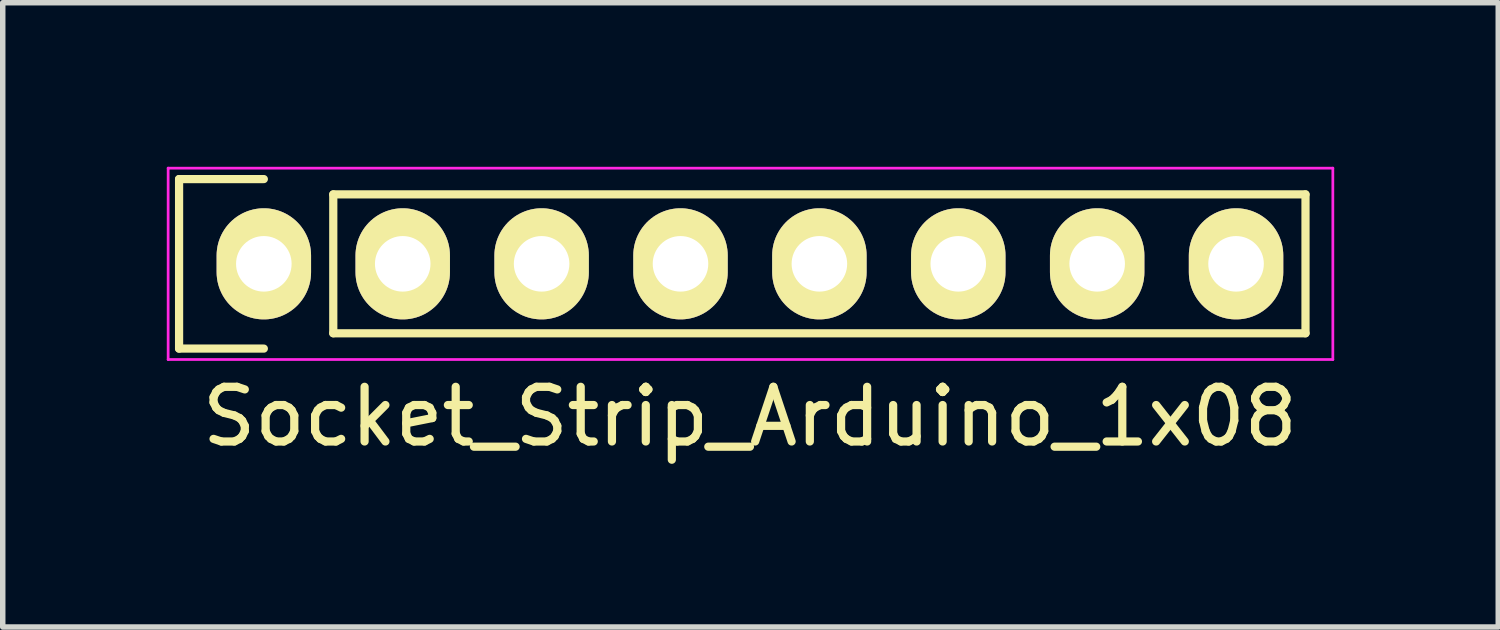
<source format=kicad_pcb>
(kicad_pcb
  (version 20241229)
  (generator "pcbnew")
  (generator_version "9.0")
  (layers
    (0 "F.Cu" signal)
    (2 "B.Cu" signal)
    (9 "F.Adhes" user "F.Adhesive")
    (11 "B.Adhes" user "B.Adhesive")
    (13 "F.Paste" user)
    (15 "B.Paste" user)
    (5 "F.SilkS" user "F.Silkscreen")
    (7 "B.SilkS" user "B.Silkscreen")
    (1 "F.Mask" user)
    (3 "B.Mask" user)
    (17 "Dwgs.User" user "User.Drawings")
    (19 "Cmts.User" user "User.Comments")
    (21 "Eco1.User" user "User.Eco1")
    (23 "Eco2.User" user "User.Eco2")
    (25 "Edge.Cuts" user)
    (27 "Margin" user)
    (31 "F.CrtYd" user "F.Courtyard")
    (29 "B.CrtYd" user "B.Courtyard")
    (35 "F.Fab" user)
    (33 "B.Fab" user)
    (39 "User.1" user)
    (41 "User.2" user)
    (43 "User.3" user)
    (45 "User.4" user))
  (footprint "Socket_Strip_Arduino_1x08"
    (layer "F.Cu")
    (at 1.775 1.775)
    (property "Reference" "Socket_Strip_Arduino_1x08" (at 8.89 2.794 0) (layer "F.SilkS") (effects (font (size 1 1) (thickness 0.15))))
    (attr through_hole)
    (fp_line (start -1.55 -1.55) (end -1.55 1.55) (stroke (width 0.15) (type solid)) (layer "F.SilkS"))
    (fp_line (start -1.55 1.55) (end 0 1.55) (stroke (width 0.15) (type solid)) (layer "F.SilkS"))
    (fp_line (start 0 -1.55) (end -1.55 -1.55) (stroke (width 0.15) (type solid)) (layer "F.SilkS"))
    (fp_line (start 1.27 1.27) (end 1.27 -1.27) (stroke (width 0.15) (type solid)) (layer "F.SilkS"))
    (fp_line (start 1.27 1.27) (end 19.05 1.27) (stroke (width 0.15) (type solid)) (layer "F.SilkS"))
    (fp_line (start 19.05 -1.27) (end 1.27 -1.27) (stroke (width 0.15) (type solid)) (layer "F.SilkS"))
    (fp_line (start 19.05 1.27) (end 19.05 -1.27) (stroke (width 0.15) (type solid)) (layer "F.SilkS"))
    (fp_line (start -1.75 -1.75) (end -1.75 1.75) (stroke (width 0.05) (type solid)) (layer "F.CrtYd"))
    (fp_line (start -1.75 -1.75) (end 19.55 -1.75) (stroke (width 0.05) (type solid)) (layer "F.CrtYd"))
    (fp_line (start -1.75 1.75) (end 19.55 1.75) (stroke (width 0.05) (type solid)) (layer "F.CrtYd"))
    (fp_line (start 19.55 -1.75) (end 19.55 1.75) (stroke (width 0.05) (type solid)) (layer "F.CrtYd"))
    (pad "1" thru_hole oval (at 0 0) (size 1.727 2.032) (drill 1.016) (layers "*.Cu" "*.Mask" "F.SilkS"))
    (pad "2" thru_hole oval (at 2.54 0) (size 1.727 2.032) (drill 1.016) (layers "*.Cu" "*.Mask" "F.SilkS"))
    (pad "3" thru_hole oval (at 5.08 0) (size 1.727 2.032) (drill 1.016) (layers "*.Cu" "*.Mask" "F.SilkS"))
    (pad "4" thru_hole oval (at 7.62 0) (size 1.727 2.032) (drill 1.016) (layers "*.Cu" "*.Mask" "F.SilkS"))
    (pad "5" thru_hole oval (at 10.16 0) (size 1.727 2.032) (drill 1.016) (layers "*.Cu" "*.Mask" "F.SilkS"))
    (pad "6" thru_hole oval (at 12.7 0) (size 1.727 2.032) (drill 1.016) (layers "*.Cu" "*.Mask" "F.SilkS"))
    (pad "7" thru_hole oval (at 15.24 0) (size 1.727 2.032) (drill 1.016) (layers "*.Cu" "*.Mask" "F.SilkS"))
    (pad "8" thru_hole oval (at 17.78 0) (size 1.727 2.032) (drill 1.016) (layers "*.Cu" "*.Mask" "F.SilkS")))
  (gr_rect
    (start -3 -3)
    (end 24.35 8.417)
    (stroke (width 0.1) (type default))
    (fill no)
    (layer "Edge.Cuts")))
</source>
